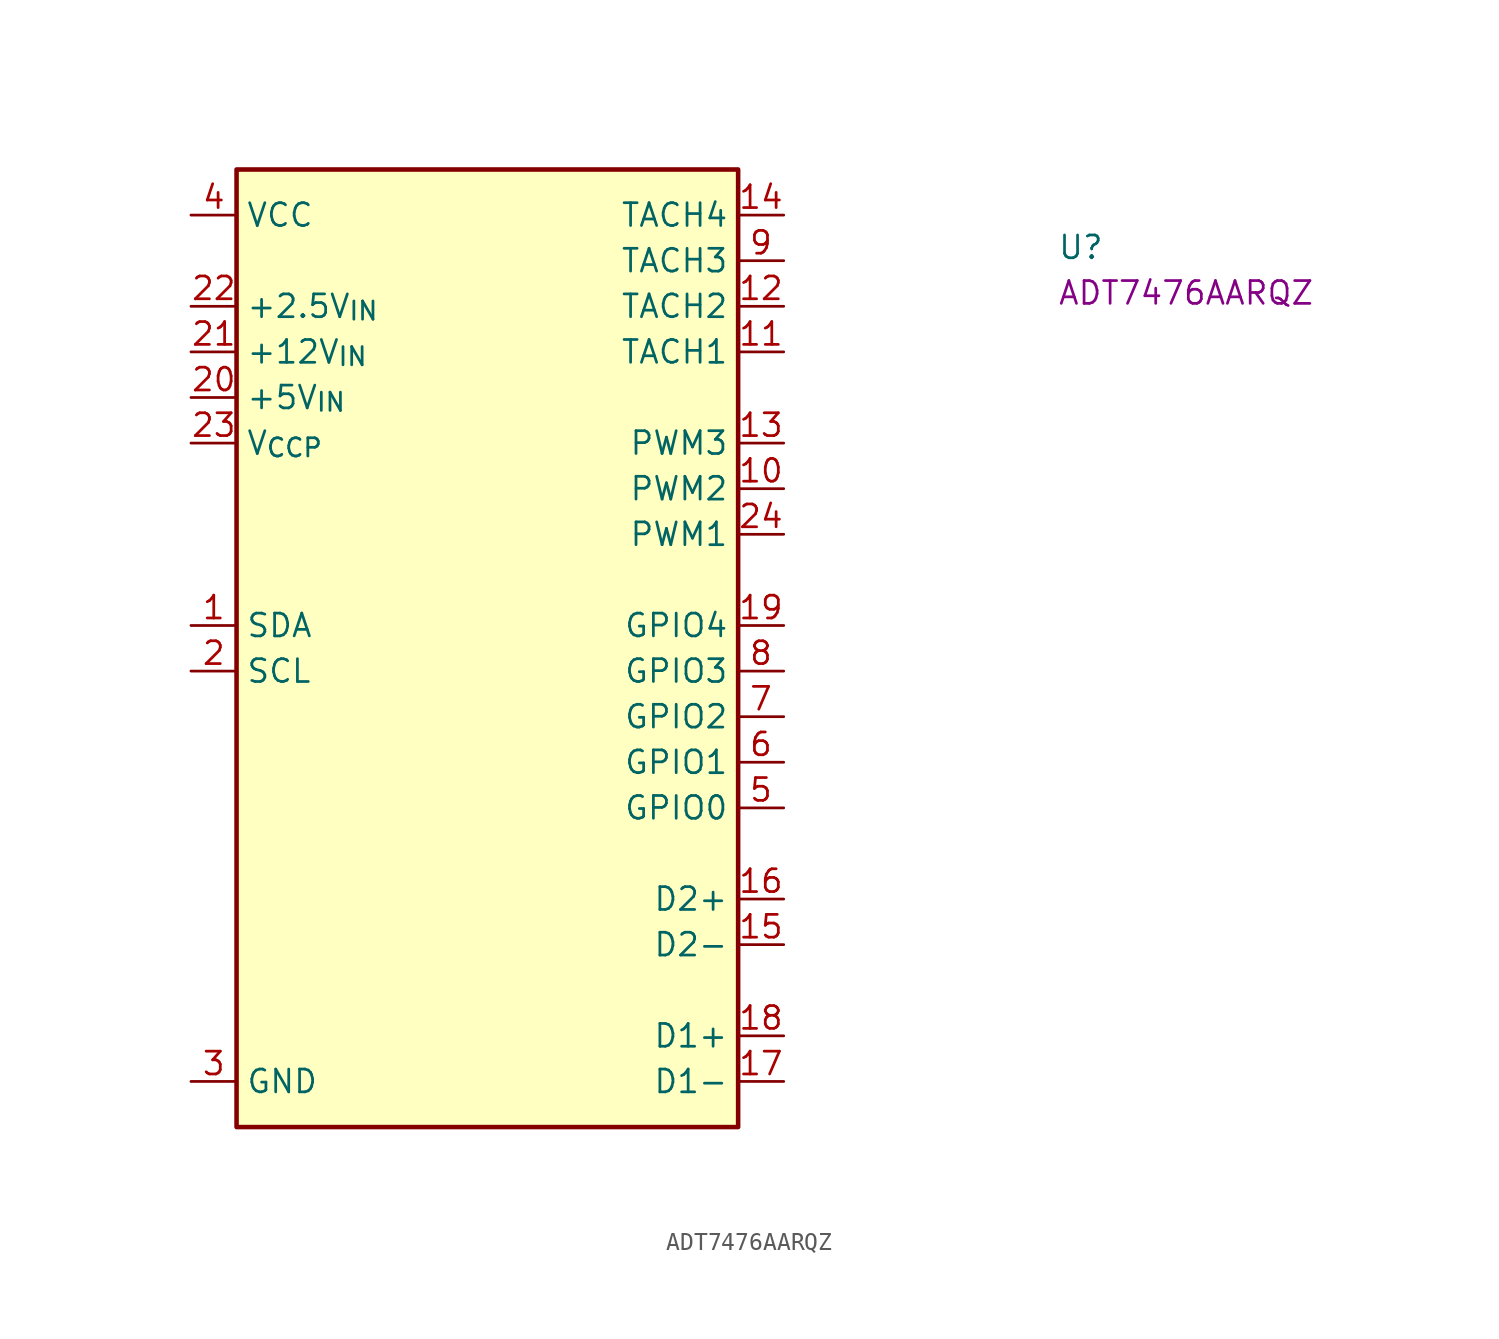
<source format=kicad_sym>
(kicad_symbol_lib
  (version 20220914)
  (generator kicad_symbol_editor)
  (symbol "ADT7476AARQZ"
    (property "Reference" "U"
      (at 48.26 -2.54 0)
      (effects (font (size 1.27 1.27) (thickness 0.15)) (justify left bottom)))
    (property "MPN" "ADT7476AARQZ"
      (at 48.26 -5.08 0)
      (effects (font (size 1.27 1.27) (thickness 0.15)) (justify left bottom)))
    (symbol "ADT7476AARQZ_1_1"
      (rectangle (start 2.54 2.54) (end 30.48 -50.8) (stroke (width 0.254) (type default)) (fill (type background)))
      (pin open_collector line (at 0 -22.86 0) (length 2.54) (name "SDA" (effects (font (size 1.27 1.27)))) (number "1" (effects (font (size 1.27 1.27)))))
      (pin open_collector line (at 33.02 -15.24 180) (length 2.54) (name "PWM2" (effects (font (size 1.27 1.27)))) (number "10" (effects (font (size 1.27 1.27)))) (alternate "~{SMB_{ALERT}}" passive line))
      (pin input line (at 33.02 -7.62 180) (length 2.54) (name "TACH1" (effects (font (size 1.27 1.27)))) (number "11" (effects (font (size 1.27 1.27)))))
      (pin input line (at 33.02 -5.08 180) (length 2.54) (name "TACH2" (effects (font (size 1.27 1.27)))) (number "12" (effects (font (size 1.27 1.27)))))
      (pin input line (at 33.02 -12.7 180) (length 2.54) (name "PWM3" (effects (font (size 1.27 1.27)))) (number "13" (effects (font (size 1.27 1.27)))) (alternate "~{ADDREN}" passive line))
      (pin input line (at 33.02 0 180) (length 2.54) (name "TACH4" (effects (font (size 1.27 1.27)))) (number "14" (effects (font (size 1.27 1.27)))) (alternate "GPIO6" passive line) (alternate "~{ADDR_{SEL}}" passive line))
      (pin passive line (at 33.02 -40.64 180) (length 2.54) (name "D2-" (effects (font (size 1.27 1.27)))) (number "15" (effects (font (size 1.27 1.27)))))
      (pin passive line (at 33.02 -38.1 180) (length 2.54) (name "D2+" (effects (font (size 1.27 1.27)))) (number "16" (effects (font (size 1.27 1.27)))))
      (pin passive line (at 33.02 -48.26 180) (length 2.54) (name "D1-" (effects (font (size 1.27 1.27)))) (number "17" (effects (font (size 1.27 1.27)))))
      (pin passive line (at 33.02 -45.72 180) (length 2.54) (name "D1+" (effects (font (size 1.27 1.27)))) (number "18" (effects (font (size 1.27 1.27)))))
      (pin open_collector line (at 33.02 -22.86 180) (length 2.54) (name "GPIO4" (effects (font (size 1.27 1.27)))) (number "19" (effects (font (size 1.27 1.27)))))
      (pin open_collector line (at 0 -25.4 0) (length 2.54) (name "SCL" (effects (font (size 1.27 1.27)))) (number "2" (effects (font (size 1.27 1.27)))))
      (pin passive line (at 0 -10.16 0) (length 2.54) (name "+5V_{IN}" (effects (font (size 1.27 1.27)))) (number "20" (effects (font (size 1.27 1.27)))))
      (pin passive line (at 0 -7.62 0) (length 2.54) (name "+12V_{IN}" (effects (font (size 1.27 1.27)))) (number "21" (effects (font (size 1.27 1.27)))))
      (pin passive line (at 0 -5.08 0) (length 2.54) (name "+2.5V_{IN}" (effects (font (size 1.27 1.27)))) (number "22" (effects (font (size 1.27 1.27)))))
      (pin passive line (at 0 -12.7 0) (length 2.54) (name "V_{CCP}" (effects (font (size 1.27 1.27)))) (number "23" (effects (font (size 1.27 1.27)))))
      (pin open_collector line (at 33.02 -17.78 180) (length 2.54) (name "PWM1" (effects (font (size 1.27 1.27)))) (number "24" (effects (font (size 1.27 1.27)))) (alternate "XTO" passive line))
      (pin power_in line (at 0 -48.26 0) (length 2.54) (name "GND" (effects (font (size 1.27 1.27)))) (number "3" (effects (font (size 1.27 1.27)))))
      (pin power_in line (at 0 0 0) (length 2.54) (name "VCC" (effects (font (size 1.27 1.27)))) (number "4" (effects (font (size 1.27 1.27)))))
      (pin open_collector line (at 33.02 -33.02 180) (length 2.54) (name "GPIO0" (effects (font (size 1.27 1.27)))) (number "5" (effects (font (size 1.27 1.27)))))
      (pin open_collector line (at 33.02 -30.48 180) (length 2.54) (name "GPIO1" (effects (font (size 1.27 1.27)))) (number "6" (effects (font (size 1.27 1.27)))))
      (pin open_collector line (at 33.02 -27.94 180) (length 2.54) (name "GPIO2" (effects (font (size 1.27 1.27)))) (number "7" (effects (font (size 1.27 1.27)))))
      (pin open_collector line (at 33.02 -25.4 180) (length 2.54) (name "GPIO3" (effects (font (size 1.27 1.27)))) (number "8" (effects (font (size 1.27 1.27)))))
      (pin input line (at 33.02 -2.54 180) (length 2.54) (name "TACH3" (effects (font (size 1.27 1.27)))) (number "9" (effects (font (size 1.27 1.27))))))))
</source>
